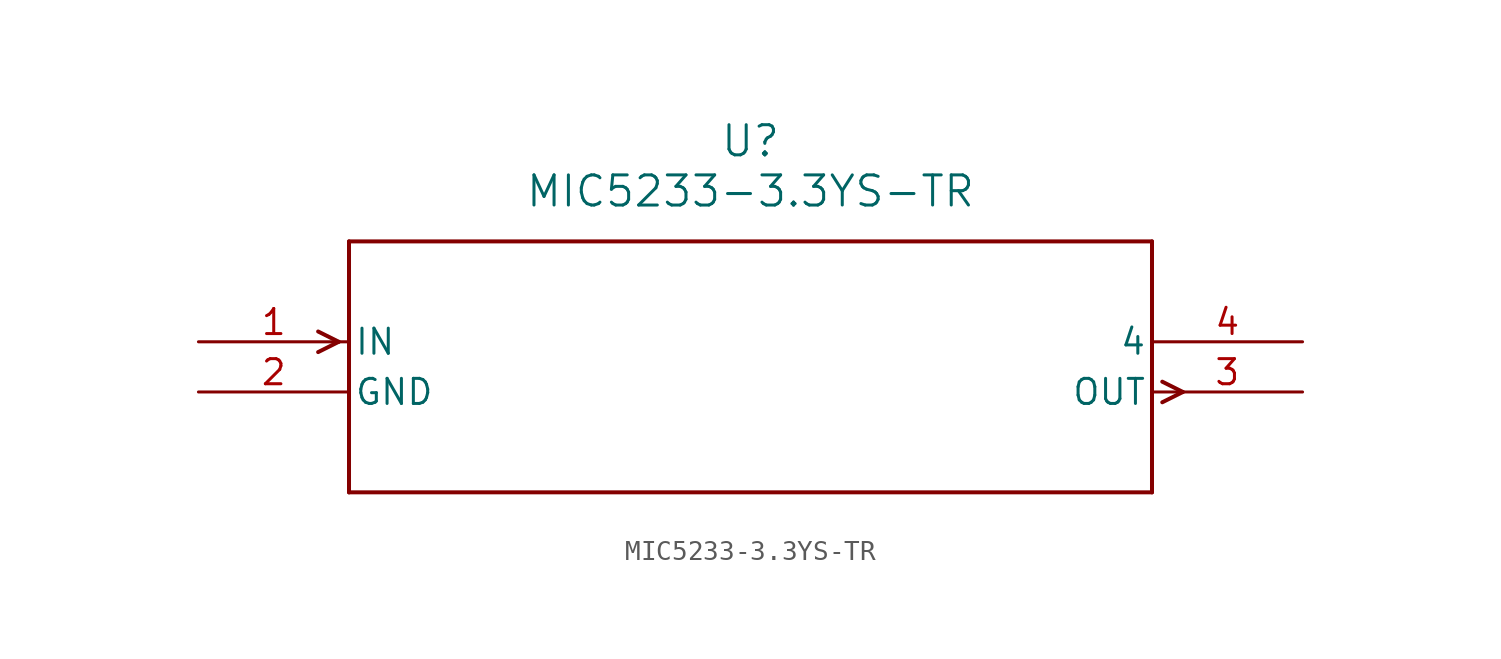
<source format=kicad_sym>
(kicad_symbol_lib
  (version 20211014)
  (generator kicad_symbol_editor)
  (symbol "MIC5233-3.3YS-TR"
    (pin_names
      (offset 0.254))
    (property "Reference" "U"
      (at 27.94 10.16 0)
      (effects (font (size 1.524 1.524))))
    (property "Value" "MIC5233-3.3YS-TR"
      (at 27.94 7.62 0)
      (effects (font (size 1.524 1.524))))
    (symbol "MIC5233-3.3YS-TR_0_1"
      (polyline (pts (xy 7.099 0) (xy 6.058 0.521)) (stroke (width 0.203) (type default) (color 0 0 0 0)) (fill (type none)))
      (polyline (pts (xy 7.099 0) (xy 6.058 -0.521)) (stroke (width 0.203) (type default) (color 0 0 0 0)) (fill (type none)))
      (polyline (pts (xy 48.781 -2.019) (xy 49.822 -2.54)) (stroke (width 0.203) (type default) (color 0 0 0 0)) (fill (type none)))
      (polyline (pts (xy 48.781 -3.061) (xy 49.822 -2.54)) (stroke (width 0.203) (type default) (color 0 0 0 0)) (fill (type none)))
      (polyline (pts (xy 7.62 5.08) (xy 7.62 -7.62)) (stroke (width 0.203) (type default) (color 0 0 0 0)) (fill (type none)))
      (polyline (pts (xy 7.62 -7.62) (xy 48.26 -7.62)) (stroke (width 0.203) (type default) (color 0 0 0 0)) (fill (type none)))
      (polyline (pts (xy 48.26 -7.62) (xy 48.26 5.08)) (stroke (width 0.203) (type default) (color 0 0 0 0)) (fill (type none)))
      (polyline (pts (xy 48.26 5.08) (xy 7.62 5.08)) (stroke (width 0.203) (type default) (color 0 0 0 0)) (fill (type none)))
      (pin input line (at 0 0 0) (length 7.62) (name "IN" (effects (font (size 1.27 1.27)))) (number "1" (effects (font (size 1.27 1.27)))))
      (pin power_in line (at 0 -2.54 0) (length 7.62) (name "GND" (effects (font (size 1.27 1.27)))) (number "2" (effects (font (size 1.27 1.27)))))
      (pin output line (at 55.88 -2.54 180) (length 7.62) (name "OUT" (effects (font (size 1.27 1.27)))) (number "3" (effects (font (size 1.27 1.27)))))
      (pin unspecified line (at 55.88 0 180) (length 7.62) (name "4" (effects (font (size 1.27 1.27)))) (number "4" (effects (font (size 1.27 1.27))))))))
</source>
